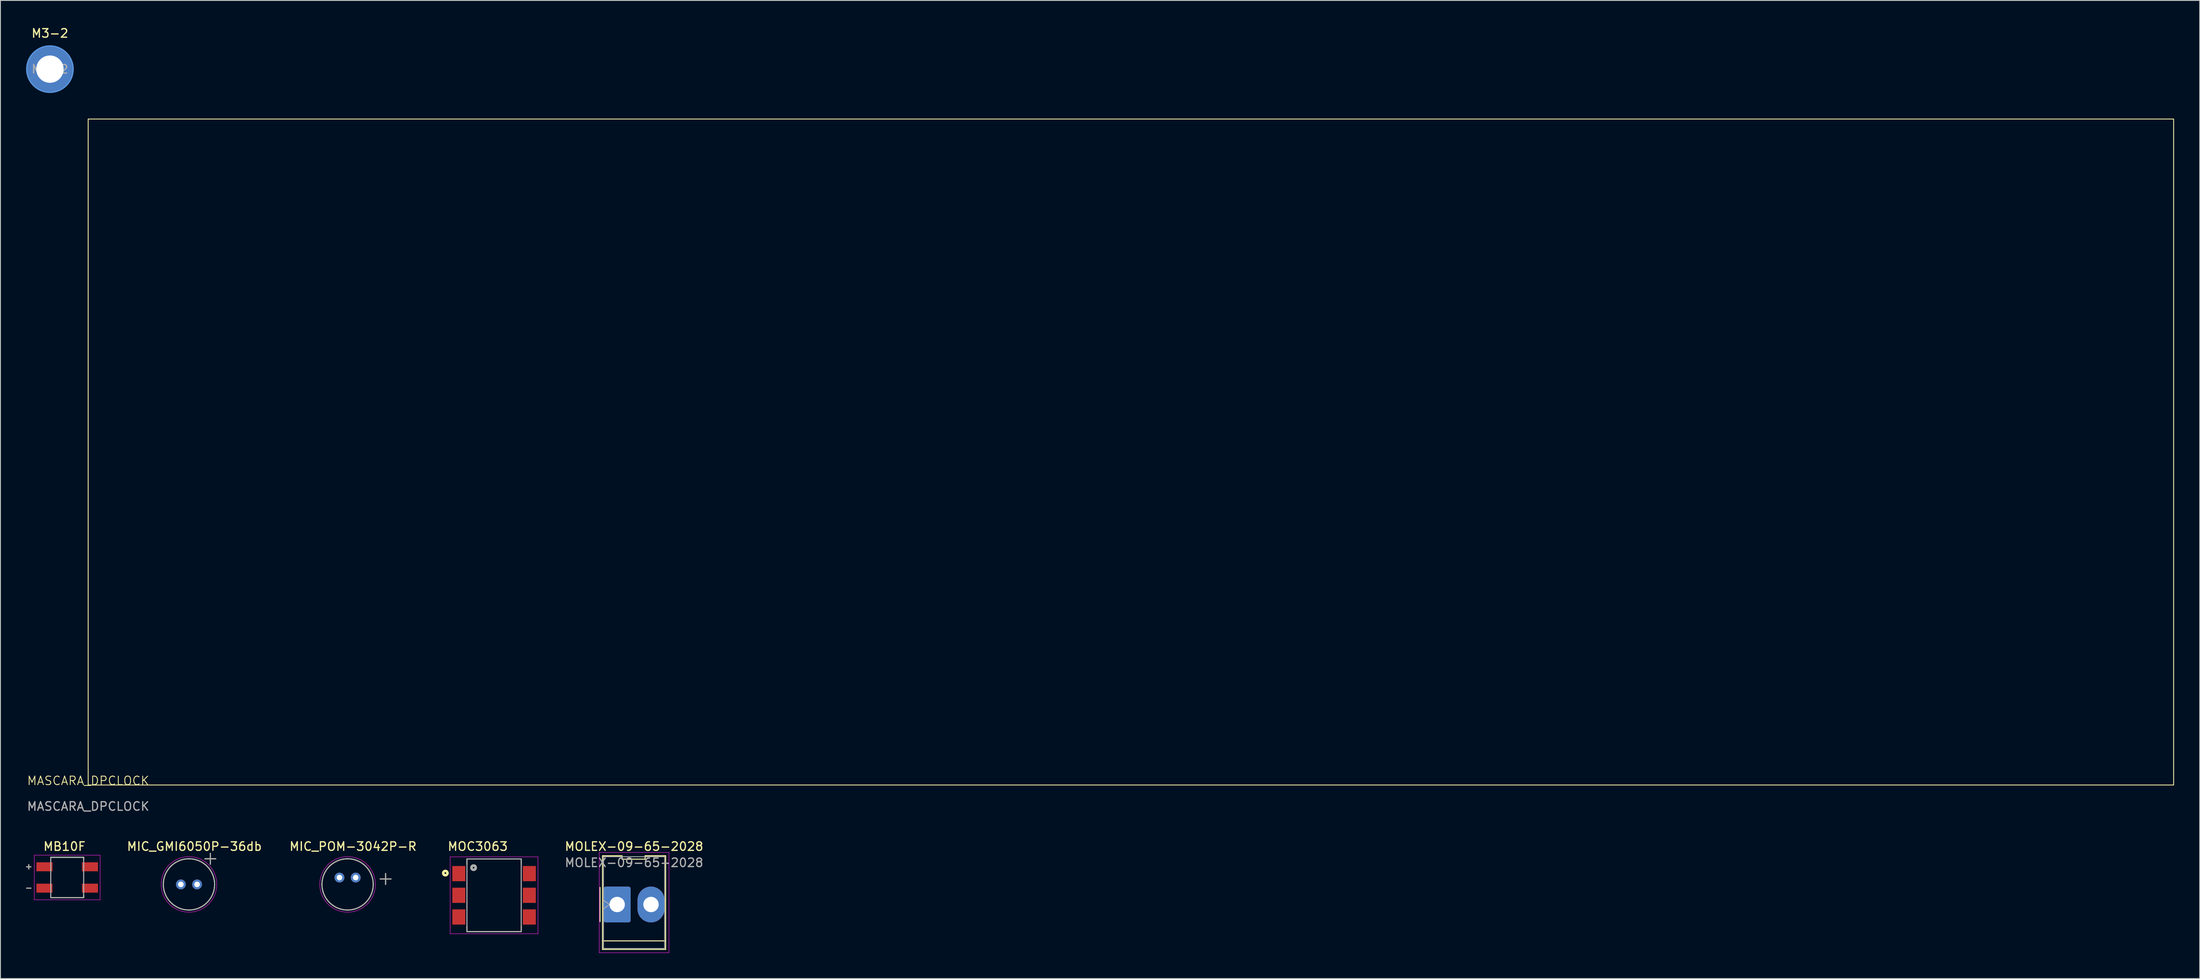
<source format=kicad_pcb>
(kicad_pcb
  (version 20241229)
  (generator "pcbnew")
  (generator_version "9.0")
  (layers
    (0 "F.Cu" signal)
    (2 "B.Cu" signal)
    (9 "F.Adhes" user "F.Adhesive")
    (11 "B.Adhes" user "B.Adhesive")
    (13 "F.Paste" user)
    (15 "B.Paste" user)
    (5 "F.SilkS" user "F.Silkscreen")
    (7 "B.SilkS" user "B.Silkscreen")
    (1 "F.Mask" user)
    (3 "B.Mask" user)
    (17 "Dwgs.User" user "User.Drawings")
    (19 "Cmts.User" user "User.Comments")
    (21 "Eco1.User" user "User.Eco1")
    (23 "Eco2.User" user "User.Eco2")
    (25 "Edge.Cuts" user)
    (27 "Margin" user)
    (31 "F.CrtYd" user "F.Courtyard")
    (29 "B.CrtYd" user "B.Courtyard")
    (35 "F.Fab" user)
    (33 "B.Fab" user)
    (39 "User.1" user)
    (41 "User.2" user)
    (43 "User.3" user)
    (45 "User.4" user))
  (footprint "MIC_GMI6050P-36db"
    (layer "F.Cu")
    (at 19.059 100.531)
    (property "Reference" "MIC_GMI6050P-36db" (at 0.635 -4.445 0) (layer "F.SilkS") (effects (font (size 1 1) (thickness 0.15))))
    (attr through_hole)
    (fp_line (start 1.865 -3) (end 3.135 -3) (stroke (width 0.127) (type solid)) (layer "F.SilkS"))
    (fp_line (start 2.5 -3.635) (end 2.5 -2.365) (stroke (width 0.127) (type solid)) (layer "F.SilkS"))
    (fp_circle (center 0 0) (end 3 0) (stroke (width 0.127) (type solid)) (fill no) (layer "F.SilkS"))
    (fp_circle (center 0 0) (end 3.25 0) (stroke (width 0.05) (type solid)) (fill no) (layer "F.CrtYd"))
    (fp_line (start 1.865 -3) (end 3.135 -3) (stroke (width 0.127) (type solid)) (layer "F.Fab"))
    (fp_line (start 2.5 -3.635) (end 2.5 -2.365) (stroke (width 0.127) (type solid)) (layer "F.Fab"))
    (fp_circle (center 0 0) (end 3 0) (stroke (width 0.127) (type solid)) (fill no) (layer "F.Fab"))
    (pad "1" thru_hole circle (at -0.95 0) (size 1.158 1.158) (drill 0.65) (layers "*.Cu" "*.Mask"))
    (pad "2" thru_hole circle (at 0.95 0) (size 1.158 1.158) (drill 0.65) (layers "*.Cu" "*.Mask")))
  (footprint "MASCARA_DPCLOCK"
    (layer "F.Cu")
    (at 7.268 88.89)
    (property "Reference" "MASCARA_DPCLOCK" (at 0 -0.5 0) (unlocked yes) (layer "F.SilkS") (effects (font (size 1 1) (thickness 0.1))))
    (fp_rect (start 0 -78) (end 244 0) (stroke (width 0.1) (type default)) (fill no) (layer "F.SilkS"))
    (fp_text user "${REFERENCE}" (at 0 2.5 0) (unlocked yes) (layer "F.Fab") (effects (font (size 1 1) (thickness 0.15)))))
  (footprint "MIC_POM-3042P-R"
    (layer "F.Cu")
    (at 37.619 100.531)
    (property "Reference" "MIC_POM-3042P-R" (at 0.635 -4.445 0) (layer "F.SilkS") (effects (font (size 1 1) (thickness 0.15))))
    (attr through_hole)
    (fp_line (start 3.81 -0.635) (end 5.08 -0.635) (stroke (width 0.127) (type solid)) (layer "F.SilkS"))
    (fp_line (start 4.445 -1.27) (end 4.445 0) (stroke (width 0.127) (type solid)) (layer "F.SilkS"))
    (fp_circle (center 0 0) (end 3 0) (stroke (width 0.127) (type solid)) (fill no) (layer "F.SilkS"))
    (fp_circle (center 0 0) (end 3.25 0) (stroke (width 0.05) (type solid)) (fill no) (layer "F.CrtYd"))
    (fp_line (start 3.81 -0.635) (end 5.08 -0.635) (stroke (width 0.127) (type solid)) (layer "F.Fab"))
    (fp_line (start 4.445 -1.27) (end 4.445 0) (stroke (width 0.127) (type solid)) (layer "F.Fab"))
    (fp_circle (center 0 0) (end 3 0) (stroke (width 0.127) (type solid)) (fill no) (layer "F.Fab"))
    (pad "1" thru_hole circle (at -0.95 -0.8) (size 1.158 1.158) (drill 0.65) (layers "*.Cu" "*.Mask"))
    (pad "2" thru_hole circle (at 0.95 -0.8) (size 1.158 1.158) (drill 0.65) (layers "*.Cu" "*.Mask")))
  (footprint "MB10F"
    (layer "F.Cu")
    (at 4.814 99.721)
    (property "Reference" "MB10F" (at -0.325 -3.635 0) (layer "F.SilkS") (effects (font (size 1 1) (thickness 0.15))))
    (attr smd)
    (fp_line (start -4.75 -1.25) (end -4.25 -1.25) (stroke (width 0.127) (type solid)) (layer "F.SilkS"))
    (fp_line (start -4.75 1.25) (end -4.25 1.25) (stroke (width 0.127) (type solid)) (layer "F.SilkS"))
    (fp_line (start -4.5 -1.5) (end -4.5 -1) (stroke (width 0.127) (type solid)) (layer "F.SilkS"))
    (fp_line (start -1.925 -2.362) (end -1.925 -2.095) (stroke (width 0.127) (type solid)) (layer "F.SilkS"))
    (fp_line (start -1.925 2.095) (end -1.925 2.362) (stroke (width 0.127) (type solid)) (layer "F.SilkS"))
    (fp_line (start -1.925 2.362) (end 1.925 2.362) (stroke (width 0.127) (type solid)) (layer "F.SilkS"))
    (fp_line (start 1.925 -2.362) (end -1.925 -2.362) (stroke (width 0.127) (type solid)) (layer "F.SilkS"))
    (fp_line (start 1.925 -2.095) (end 1.925 -2.362) (stroke (width 0.127) (type solid)) (layer "F.SilkS"))
    (fp_line (start 1.925 2.362) (end 1.925 2.095) (stroke (width 0.127) (type solid)) (layer "F.SilkS"))
    (fp_line (start -3.85 2.612) (end -3.85 -2.612) (stroke (width 0.05) (type solid)) (layer "F.CrtYd"))
    (fp_line (start 3.85 -2.612) (end -3.85 -2.612) (stroke (width 0.05) (type solid)) (layer "F.CrtYd"))
    (fp_line (start 3.85 2.612) (end -3.85 2.612) (stroke (width 0.05) (type solid)) (layer "F.CrtYd"))
    (fp_line (start 3.85 2.612) (end 3.85 -2.612) (stroke (width 0.05) (type solid)) (layer "F.CrtYd"))
    (fp_line (start -4.75 -1.25) (end -4.25 -1.25) (stroke (width 0.127) (type solid)) (layer "F.Fab"))
    (fp_line (start -4.75 1.25) (end -4.25 1.25) (stroke (width 0.127) (type solid)) (layer "F.Fab"))
    (fp_line (start -4.5 -1.5) (end -4.5 -1) (stroke (width 0.127) (type solid)) (layer "F.Fab"))
    (fp_line (start -1.925 2.362) (end -1.925 -2.362) (stroke (width 0.127) (type solid)) (layer "F.Fab"))
    (fp_line (start 1.925 -2.362) (end -1.925 -2.362) (stroke (width 0.127) (type solid)) (layer "F.Fab"))
    (fp_line (start 1.925 2.362) (end -1.925 2.362) (stroke (width 0.127) (type solid)) (layer "F.Fab"))
    (fp_line (start 1.925 2.362) (end 1.925 -2.362) (stroke (width 0.127) (type solid)) (layer "F.Fab"))
    (pad "1" smd rect (at -2.663 -1.25) (size 1.875 1.05) (layers "F.Cu" "F.Mask" "F.Paste"))
    (pad "2" smd rect (at -2.663 1.25) (size 1.875 1.05) (layers "F.Cu" "F.Mask" "F.Paste"))
    (pad "3" smd rect (at 2.663 1.25 180) (size 1.875 1.05) (layers "F.Cu" "F.Mask" "F.Paste"))
    (pad "4" smd rect (at 2.663 -1.25 180) (size 1.875 1.05) (layers "F.Cu" "F.Mask" "F.Paste")))
  (footprint "MOLEX-09-65-2028"
    (layer "F.Cu")
    (at 69.158 102.886)
    (property "Reference" "MOLEX-09-65-2028" (at 1.98 -6.8 0) (layer "F.SilkS") (effects (font (size 1 1) (thickness 0.15))))
    (attr through_hole)
    (fp_line (start -2 -2) (end -2 2) (stroke (width 0.12) (type solid)) (layer "F.SilkS"))
    (fp_line (start -1.71 -5.71) (end 0.57 -5.71) (stroke (width 0.12) (type solid)) (layer "F.SilkS"))
    (fp_line (start -1.71 4.26) (end -1.71 -5.71) (stroke (width 0.12) (type solid)) (layer "F.SilkS"))
    (fp_line (start -1.71 4.26) (end 5.67 4.26) (stroke (width 0.12) (type solid)) (layer "F.SilkS"))
    (fp_line (start -1.71 5.26) (end -1.71 4.26) (stroke (width 0.12) (type solid)) (layer "F.SilkS"))
    (fp_line (start 0.57 -5.71) (end 0.57 -5.31) (stroke (width 0.12) (type solid)) (layer "F.SilkS"))
    (fp_line (start 0.57 -5.31) (end 3.27 -5.31) (stroke (width 0.12) (type solid)) (layer "F.SilkS"))
    (fp_line (start 3.27 -5.71) (end 5.67 -5.71) (stroke (width 0.12) (type solid)) (layer "F.SilkS"))
    (fp_line (start 3.27 -5.31) (end 3.27 -5.71) (stroke (width 0.12) (type solid)) (layer "F.SilkS"))
    (fp_line (start 5.67 -5.71) (end 5.67 5.26) (stroke (width 0.12) (type solid)) (layer "F.SilkS"))
    (fp_line (start 5.67 5.26) (end -1.71 5.26) (stroke (width 0.12) (type solid)) (layer "F.SilkS"))
    (fp_line (start -2.1 -6.1) (end -2.1 5.65) (stroke (width 0.05) (type solid)) (layer "F.CrtYd"))
    (fp_line (start -2.1 5.65) (end 6.06 5.65) (stroke (width 0.05) (type solid)) (layer "F.CrtYd"))
    (fp_line (start 6.06 -6.1) (end -2.1 -6.1) (stroke (width 0.05) (type solid)) (layer "F.CrtYd"))
    (fp_line (start 6.06 5.65) (end 6.06 -6.1) (stroke (width 0.05) (type solid)) (layer "F.CrtYd"))
    (fp_line (start -1.6 -5.6) (end 5.56 -5.6) (stroke (width 0.1) (type solid)) (layer "F.Fab"))
    (fp_line (start -1.6 -0.5) (end -0.893 0) (stroke (width 0.1) (type solid)) (layer "F.Fab"))
    (fp_line (start -1.6 5.15) (end -1.6 -5.6) (stroke (width 0.1) (type solid)) (layer "F.Fab"))
    (fp_line (start -0.893 0) (end -1.6 0.5) (stroke (width 0.1) (type solid)) (layer "F.Fab"))
    (fp_line (start 5.56 -5.6) (end 5.56 5.15) (stroke (width 0.1) (type solid)) (layer "F.Fab"))
    (fp_line (start 5.56 5.15) (end -1.6 5.15) (stroke (width 0.1) (type solid)) (layer "F.Fab"))
    (fp_text user "${REFERENCE}" (at 1.98 -4.9 0) (layer "F.Fab") (effects (font (size 1 1) (thickness 0.15))))
    (pad "1" thru_hole roundrect (at 0 0) (size 3.16 4.2) (drill 1.8) (layers "*.Cu" "*.Mask") (roundrect_rratio 0.079))
    (pad "2" thru_hole oval (at 3.96 0) (size 3.16 4.2) (drill 1.8) (layers "*.Cu" "*.Mask")))
  (footprint "MOC3063"
    (layer "F.Cu")
    (at 54.758 101.807)
    (property "Reference" "MOC3063" (at -1.907 -5.72 0) (layer "F.SilkS") (effects (font (size 1.001 1.001) (thickness 0.15))))
    (attr smd)
    (fp_line (start -3.175 -4.255) (end -3.175 -3.65) (stroke (width 0.127) (type solid)) (layer "F.SilkS"))
    (fp_line (start -3.175 4.25) (end -3.175 3.65) (stroke (width 0.127) (type solid)) (layer "F.SilkS"))
    (fp_line (start -3.15 4.255) (end 3.15 4.255) (stroke (width 0.127) (type solid)) (layer "F.SilkS"))
    (fp_line (start 3.175 -4.255) (end -3.175 -4.255) (stroke (width 0.127) (type solid)) (layer "F.SilkS"))
    (fp_line (start 3.175 -3.65) (end 3.175 -4.255) (stroke (width 0.127) (type solid)) (layer "F.SilkS"))
    (fp_line (start 3.175 4.25) (end 3.175 3.65) (stroke (width 0.127) (type solid)) (layer "F.SilkS"))
    (fp_circle (center -5.7 -2.6) (end -5.6 -2.6) (stroke (width 0.3) (type solid)) (fill no) (layer "F.SilkS"))
    (fp_line (start -5.135 -4.505) (end 5.135 -4.505) (stroke (width 0.05) (type solid)) (layer "F.CrtYd"))
    (fp_line (start -5.135 4.505) (end -5.135 -4.505) (stroke (width 0.05) (type solid)) (layer "F.CrtYd"))
    (fp_line (start 5.135 -4.505) (end 5.135 4.505) (stroke (width 0.05) (type solid)) (layer "F.CrtYd"))
    (fp_line (start 5.135 4.505) (end -5.135 4.505) (stroke (width 0.05) (type solid)) (layer "F.CrtYd"))
    (fp_line (start -3.175 -4.255) (end 3.175 -4.255) (stroke (width 0.127) (type solid)) (layer "F.Fab"))
    (fp_line (start -3.175 4.255) (end -3.175 -4.255) (stroke (width 0.127) (type solid)) (layer "F.Fab"))
    (fp_line (start 3.175 -4.255) (end 3.175 4.255) (stroke (width 0.127) (type solid)) (layer "F.Fab"))
    (fp_line (start 3.175 4.255) (end -3.175 4.255) (stroke (width 0.127) (type solid)) (layer "F.Fab"))
    (fp_circle (center -2.398 -3.235) (end -2.298 -3.235) (stroke (width 0.3) (type solid)) (fill no) (layer "F.Fab"))
    (pad "1" smd rect (at -4.125 -2.54 90) (size 1.78 1.52) (layers "F.Cu" "F.Mask" "F.Paste"))
    (pad "2" smd rect (at -4.125 0 90) (size 1.78 1.52) (layers "F.Cu" "F.Mask" "F.Paste"))
    (pad "3" smd rect (at -4.125 2.54 90) (size 1.78 1.52) (layers "F.Cu" "F.Mask" "F.Paste"))
    (pad "4" smd rect (at 4.125 2.54 90) (size 1.78 1.52) (layers "F.Cu" "F.Mask" "F.Paste"))
    (pad "5" smd rect (at 4.125 0 90) (size 1.78 1.52) (layers "F.Cu" "F.Mask" "F.Paste"))
    (pad "6" smd rect (at 4.125 -2.54 90) (size 1.78 1.52) (layers "F.Cu" "F.Mask" "F.Paste")))
  (footprint "M3-2"
    (layer "F.Cu")
    (at 2.792 5.048)
    (property "Reference" "M3-2" (at 0 -4.2 0) (layer "F.SilkS") (effects (font (size 1 1) (thickness 0.15))))
    (attr exclude_from_pos_files exclude_from_bom)
    (fp_circle (center 0 0) (end 2.7 0.3) (stroke (width 0.15) (type solid)) (fill no) (layer "Cmts.User"))
    (fp_circle (center 0 0) (end 2.7 0.2) (stroke (width 0.05) (type solid)) (fill no) (layer "F.CrtYd"))
    (fp_text user "${REFERENCE}" (at 0 0 0) (layer "F.Fab") (effects (font (size 1 1) (thickness 0.15))))
    (pad "" np_thru_hole circle (at 0 0) (size 5.5 5.5) (drill 3.2) (layers "*.Cu" "*.Mask")))
  (gr_rect
    (start -3 -3)
    (end 254.318 111.561)
    (stroke (width 0.1) (type default))
    (fill no)
    (layer "Edge.Cuts")))
</source>
